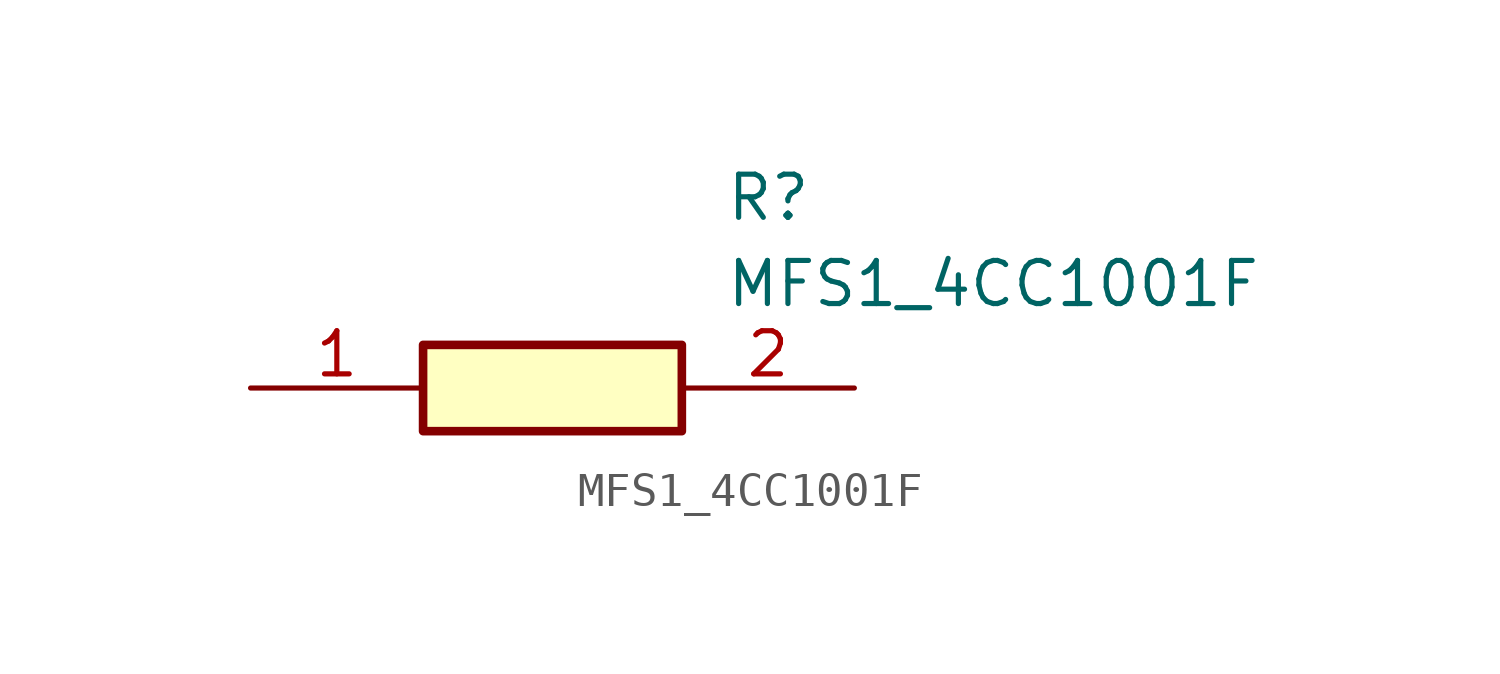
<source format=kicad_sym>
(kicad_symbol_lib
  (version 20211014)
  (generator SamacSys_ECAD_Model)
  (symbol "MFS1_4CC1001F"
    (pin_names hide)
    (property "Reference" "R"
      (at 13.97 6.35 0)
      (effects (font (size 1.27 1.27)) (justify left top)))
    (property "Value" "MFS1_4CC1001F"
      (at 13.97 3.81 0)
      (effects (font (size 1.27 1.27)) (justify left top)))
    (rectangle
      (start 5.08 1.27)
      (end 12.7 -1.27)
      (stroke (width 0.254) (type default))
      (fill (type background)))
    (pin passive line
      (at 0 0 0)
      (length 5.08)
      (name "1" (effects (font (size 1.27 1.27))))
      (number "1" (effects (font (size 1.27 1.27)))))
    (pin passive line
      (at 17.78 0 180)
      (length 5.08)
      (name "2" (effects (font (size 1.27 1.27))))
      (number "2" (effects (font (size 1.27 1.27)))))))
</source>
